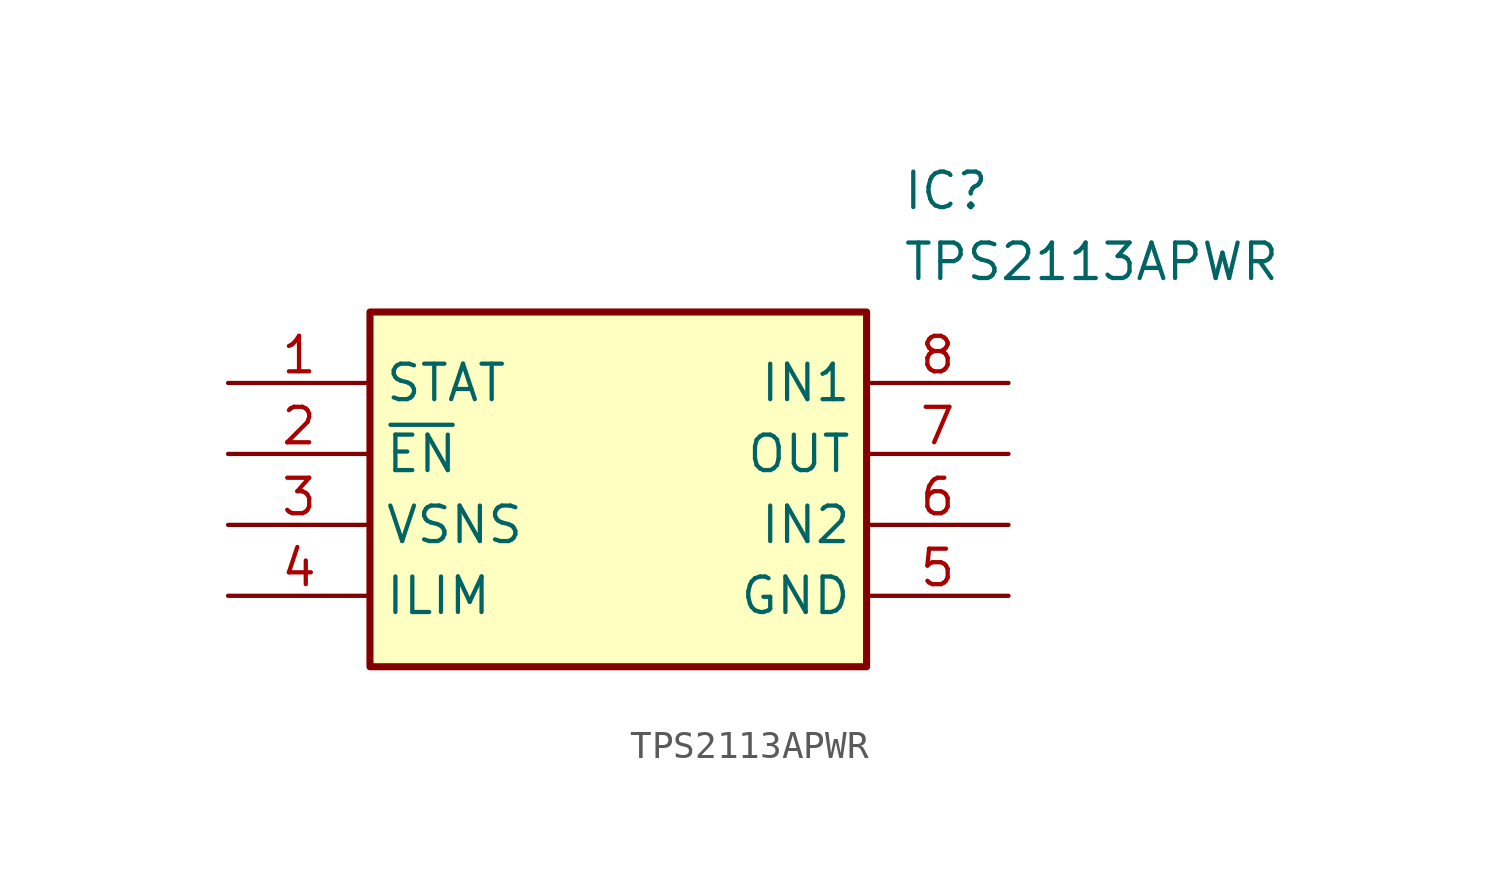
<source format=kicad_sym>
(kicad_symbol_lib
  (version 20211014)
  (generator SamacSys_ECAD_Model)
  (symbol "TPS2113APWR"
    (property "Reference" "IC"
      (at 24.13 7.62 0)
      (effects (font (size 1.27 1.27)) (justify left top)))
    (property "Value" "TPS2113APWR"
      (at 24.13 5.08 0)
      (effects (font (size 1.27 1.27)) (justify left top)))
    (rectangle
      (start 5.08 2.54)
      (end 22.86 -10.16)
      (stroke (width 0.254) (type default))
      (fill (type background)))
    (pin passive line
      (at 0 0 0)
      (length 5.08)
      (name "STAT" (effects (font (size 1.27 1.27))))
      (number "1" (effects (font (size 1.27 1.27)))))
    (pin passive line
      (at 0 -2.54 0)
      (length 5.08)
      (name "~{EN}" (effects (font (size 1.27 1.27))))
      (number "2" (effects (font (size 1.27 1.27)))))
    (pin passive line
      (at 0 -5.08 0)
      (length 5.08)
      (name "VSNS" (effects (font (size 1.27 1.27))))
      (number "3" (effects (font (size 1.27 1.27)))))
    (pin passive line
      (at 0 -7.62 0)
      (length 5.08)
      (name "ILIM" (effects (font (size 1.27 1.27))))
      (number "4" (effects (font (size 1.27 1.27)))))
    (pin passive line
      (at 27.94 0 180)
      (length 5.08)
      (name "IN1" (effects (font (size 1.27 1.27))))
      (number "8" (effects (font (size 1.27 1.27)))))
    (pin passive line
      (at 27.94 -2.54 180)
      (length 5.08)
      (name "OUT" (effects (font (size 1.27 1.27))))
      (number "7" (effects (font (size 1.27 1.27)))))
    (pin passive line
      (at 27.94 -5.08 180)
      (length 5.08)
      (name "IN2" (effects (font (size 1.27 1.27))))
      (number "6" (effects (font (size 1.27 1.27)))))
    (pin passive line
      (at 27.94 -7.62 180)
      (length 5.08)
      (name "GND" (effects (font (size 1.27 1.27))))
      (number "5" (effects (font (size 1.27 1.27)))))))
</source>
